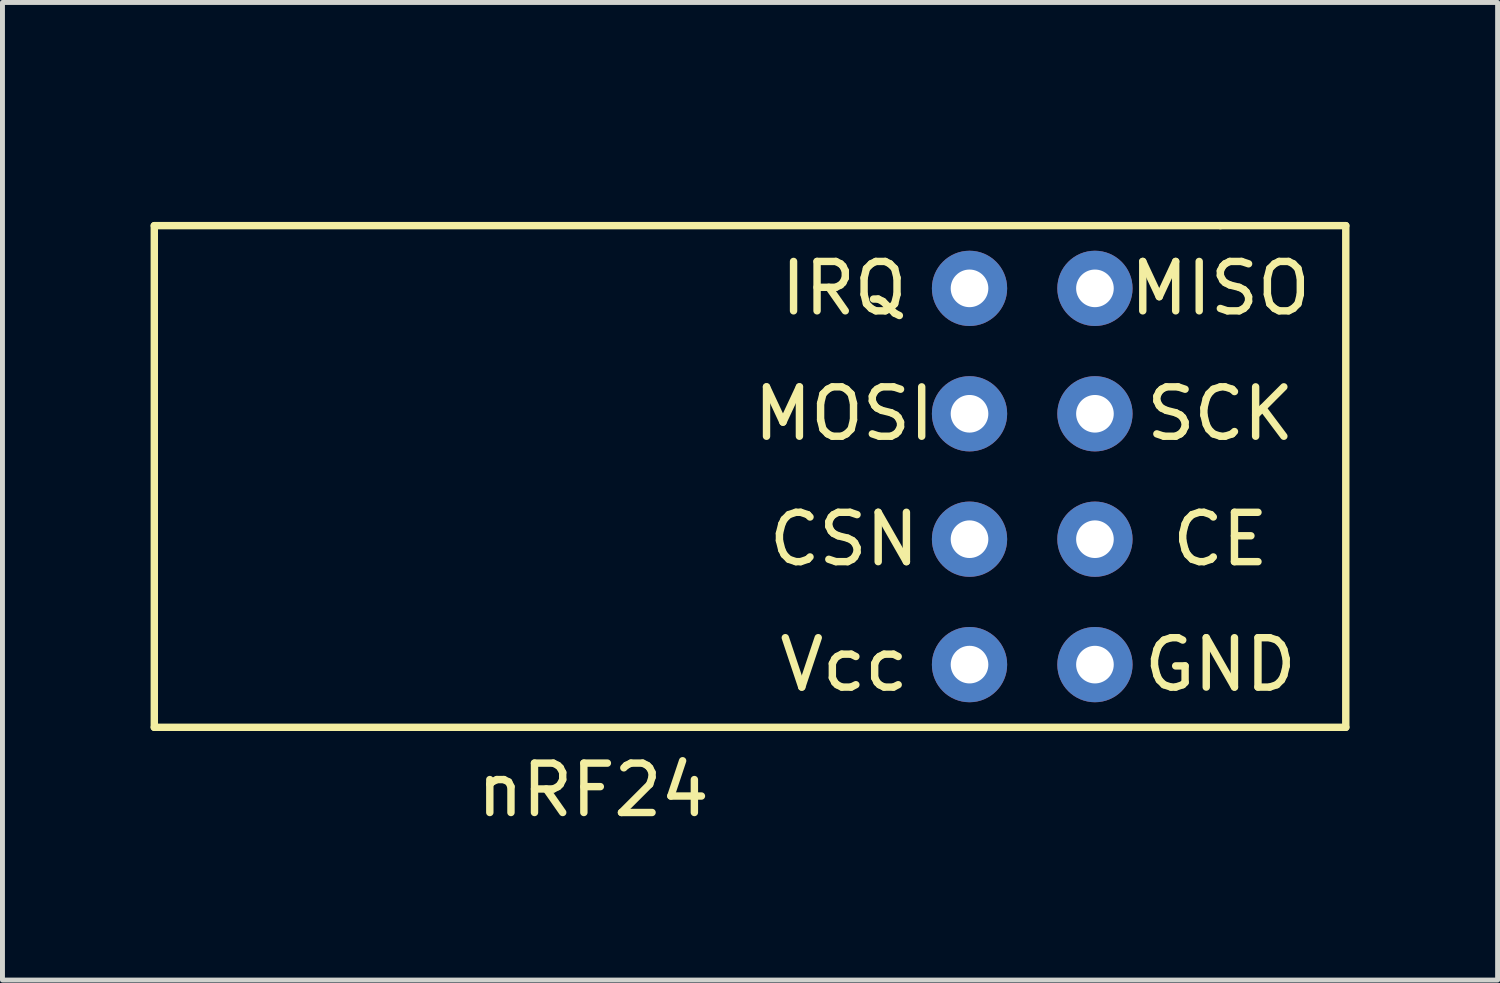
<source format=kicad_pcb>
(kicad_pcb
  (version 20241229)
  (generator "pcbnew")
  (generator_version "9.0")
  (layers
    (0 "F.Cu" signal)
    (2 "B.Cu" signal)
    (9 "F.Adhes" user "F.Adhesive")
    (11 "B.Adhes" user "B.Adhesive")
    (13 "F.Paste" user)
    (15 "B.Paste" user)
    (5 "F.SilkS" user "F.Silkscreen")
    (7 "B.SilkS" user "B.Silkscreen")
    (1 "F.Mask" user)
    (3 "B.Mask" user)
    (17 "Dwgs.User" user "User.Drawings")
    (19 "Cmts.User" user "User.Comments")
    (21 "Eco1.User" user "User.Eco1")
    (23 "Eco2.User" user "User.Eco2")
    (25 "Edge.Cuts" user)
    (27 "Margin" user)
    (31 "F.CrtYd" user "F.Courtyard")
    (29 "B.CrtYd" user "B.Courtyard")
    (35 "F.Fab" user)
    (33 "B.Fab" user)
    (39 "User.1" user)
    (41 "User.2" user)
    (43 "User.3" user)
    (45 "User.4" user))
  (footprint "nRF24"
    (layer "F.Cu")
    (at 8.965 0.25)
    (property "Reference" "nRF24" (at 0 12.7 0) (layer "F.SilkS") (effects (font (size 1 1) (thickness 0.15))))
    (attr through_hole)
    (fp_line (start -8.89 1.27) (end -8.89 11.43) (stroke (width 0.15) (type solid)) (layer "F.SilkS"))
    (fp_line (start -8.89 11.43) (end 15.24 11.43) (stroke (width 0.15) (type solid)) (layer "F.SilkS"))
    (fp_line (start 12.7 1.27) (end -8.89 1.27) (stroke (width 0.15) (type solid)) (layer "F.SilkS"))
    (fp_line (start 15.24 1.27) (end 12.7 1.27) (stroke (width 0.15) (type solid)) (layer "F.SilkS"))
    (fp_line (start 15.24 11.43) (end 15.24 1.27) (stroke (width 0.15) (type solid)) (layer "F.SilkS"))
    (fp_text user "Vcc" (at 5.08 10.16 0) (layer "F.SilkS") (effects (font (size 1 1) (thickness 0.15))))
    (fp_text user "SCK" (at 12.7 5.08 0) (layer "F.SilkS") (effects (font (size 1 1) (thickness 0.15))))
    (fp_text user "MISO" (at 12.7 2.54 0) (layer "F.SilkS") (effects (font (size 1 1) (thickness 0.15))))
    (fp_text user "CSN" (at 5.08 7.62 0) (layer "F.SilkS") (effects (font (size 1 1) (thickness 0.15))))
    (fp_text user "MOSI" (at 5.08 5.08 0) (layer "F.SilkS") (effects (font (size 1 1) (thickness 0.15))))
    (fp_text user "IRQ" (at 5.08 2.54 0) (layer "F.SilkS") (effects (font (size 1 1) (thickness 0.15))))
    (fp_text user "GND" (at 12.7 10.16 0) (layer "F.SilkS") (effects (font (size 1 1) (thickness 0.15))))
    (fp_text user "CE" (at 12.7 7.62 0) (layer "F.SilkS") (effects (font (size 1 1) (thickness 0.15))))
    (pad "0" thru_hole circle (at 10.16 10.16) (size 1.524 1.524) (drill 0.762) (layers "*.Cu" "*.Mask"))
    (pad "1" thru_hole circle (at 10.16 7.62) (size 1.524 1.524) (drill 0.762) (layers "*.Cu" "*.Mask"))
    (pad "2" thru_hole circle (at 10.16 5.08) (size 1.524 1.524) (drill 0.762) (layers "*.Cu" "*.Mask"))
    (pad "3" thru_hole circle (at 10.16 2.54) (size 1.524 1.524) (drill 0.762) (layers "*.Cu" "*.Mask"))
    (pad "4" thru_hole circle (at 7.62 2.54) (size 1.524 1.524) (drill 0.762) (layers "*.Cu" "*.Mask"))
    (pad "5" thru_hole circle (at 7.62 5.08) (size 1.524 1.524) (drill 0.762) (layers "*.Cu" "*.Mask"))
    (pad "6" thru_hole circle (at 7.62 7.62) (size 1.524 1.524) (drill 0.762) (layers "*.Cu" "*.Mask"))
    (pad "7" thru_hole circle (at 7.62 10.16) (size 1.524 1.524) (drill 0.762) (layers "*.Cu" "*.Mask")))
  (gr_rect
    (start -3 -3)
    (end 27.28 16.798)
    (stroke (width 0.1) (type default))
    (fill no)
    (layer "Edge.Cuts")))
</source>
